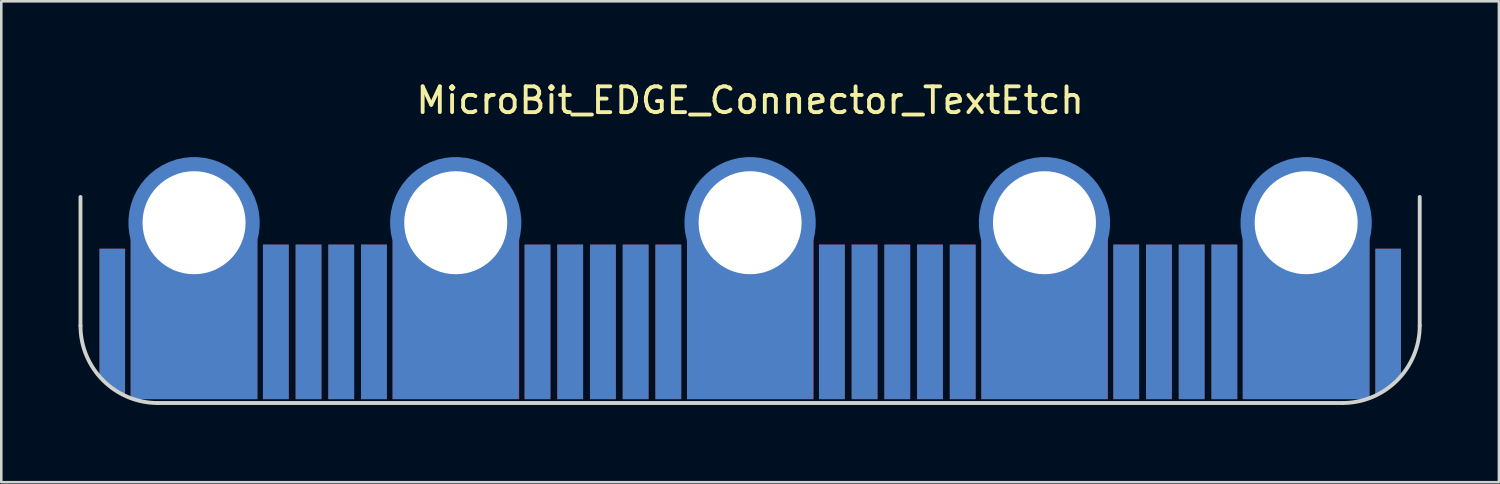
<source format=kicad_pcb>
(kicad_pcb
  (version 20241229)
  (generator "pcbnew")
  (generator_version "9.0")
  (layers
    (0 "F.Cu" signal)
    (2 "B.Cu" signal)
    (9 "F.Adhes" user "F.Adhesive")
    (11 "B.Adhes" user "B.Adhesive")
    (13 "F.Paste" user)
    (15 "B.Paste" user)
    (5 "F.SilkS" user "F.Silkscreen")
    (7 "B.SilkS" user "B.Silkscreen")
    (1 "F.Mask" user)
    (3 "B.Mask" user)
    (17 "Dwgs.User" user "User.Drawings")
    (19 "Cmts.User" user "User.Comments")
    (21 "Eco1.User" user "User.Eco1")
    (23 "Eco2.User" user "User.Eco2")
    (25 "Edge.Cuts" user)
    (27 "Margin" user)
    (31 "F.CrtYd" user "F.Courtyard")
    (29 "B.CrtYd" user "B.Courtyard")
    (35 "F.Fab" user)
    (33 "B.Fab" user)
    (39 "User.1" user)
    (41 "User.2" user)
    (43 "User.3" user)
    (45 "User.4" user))
  (footprint "MicroBit_EDGE_Connector_TextEtch"
    (layer "F.Cu")
    (at 26.075 9.598)
    (property "Reference" "MicroBit_EDGE_Connector_TextEtch" (at 0 -8.75 0) (layer "F.SilkS") (effects (font (size 1 1) (thickness 0.15))))
    (attr through_hole)
    (fp_line (start -26 -5) (end -26 0) (stroke (width 0.15) (type solid)) (layer "Edge.Cuts"))
    (fp_line (start -23 3) (end 23 3) (stroke (width 0.15) (type solid)) (layer "Edge.Cuts"))
    (fp_line (start 26 -5) (end 26 0) (stroke (width 0.15) (type solid)) (layer "Edge.Cuts"))
    (fp_arc (start -23 3) (mid -25.12132 2.12132) (end -26 0) (stroke (width 0.15) (type solid)) (layer "Edge.Cuts"))
    (fp_arc (start 26 0) (mid 25.12132 2.12132) (end 23 3) (stroke (width 0.15) (type solid)) (layer "Edge.Cuts"))
    (pad "" smd custom (at -21.59 0.508) (size 0.3 0.3) (layers "F.Cu" "F.Mask") (options (anchor rect)) (primitives (gr_poly (pts (xy 0.242 -0.024) (xy 0.241 -0.07) (xy 0.24 -0.114) (xy 0.238 -0.156) (xy 0.236 -0.195) (xy 0.233 -0.233) (xy 0.229 -0.268) (xy 0.224 -0.302) (xy 0.219 -0.333) (xy 0.213 -0.362) (xy 0.206 -0.389) (xy 0.197 -0.415) (xy 0.188 -0.439) (xy 0.178 -0.46) (xy 0.167 -0.48) (xy 0.155 -0.498) (xy 0.142 -0.515) (xy 0.128 -0.529) (xy 0.113 -0.542) (xy 0.096 -0.552) (xy 0.078 -0.561) (xy 0.059 -0.568) (xy 0.039 -0.573) (xy 0.017 -0.576) (xy -0.006 -0.577) (xy -0.039 -0.575) (xy -0.069 -0.569) (xy -0.097 -0.559) (xy -0.122 -0.544) (xy -0.145 -0.524) (xy -0.165 -0.501) (xy -0.182 -0.473) (xy -0.197 -0.441) (xy -0.209 -0.404) (xy -0.22 -0.363) (xy -0.229 -0.317) (xy -0.236 -0.266) (xy -0.242 -0.211) (xy -0.246 -0.151) (xy -0.249 -0.086) (xy -0.249 -0.017) (xy -0.249 0.031) (xy -0.248 0.076) (xy -0.246 0.119) (xy -0.244 0.16) (xy -0.24 0.199) (xy -0.237 0.235) (xy -0.232 0.269) (xy -0.227 0.302) (xy -0.22 0.332) (xy -0.213 0.36) (xy -0.205 0.386) (xy -0.196 0.411) (xy -0.186 0.433) (xy -0.175 0.454) (xy -0.163 0.473) (xy -0.15 0.49) (xy -0.136 0.504) (xy -0.121 0.517) (xy -0.104 0.528) (xy -0.087 0.537) (xy -0.068 0.544) (xy -0.048 0.549) (xy -0.027 0.552) (xy -0.004 0.553) (xy 0.019 0.552) (xy 0.041 0.549) (xy 0.061 0.544) (xy 0.08 0.537) (xy 0.098 0.528) (xy 0.115 0.517) (xy 0.13 0.503) (xy 0.144 0.488) (xy 0.157 0.47) (xy 0.169 0.451) (xy 0.18 0.43) (xy 0.19 0.407) (xy 0.199 0.383) (xy 0.207 0.356) (xy 0.214 0.328) (xy 0.22 0.298) (xy 0.225 0.267) (xy 0.229 0.232) (xy 0.233 0.196) (xy 0.236 0.156) (xy 0.239 0.115) (xy 0.24 0.071) (xy 0.241 0.025) (xy 0.242 -0.024) (xy 0.242 -0.024) (xy 0.242 -0.024)) (width 0) (fill yes))))
    (pad "" smd custom (at 23.226 0.52) (size 0.3 0.3) (layers "F.Cu" "F.Mask") (options (anchor rect)) (primitives (gr_poly (pts (xy -0.303 -0.538) (xy -0.303 -0.409) (xy -0.303 -0.281) (xy -0.303 -0.152) (xy -0.303 -0.024) (xy -0.303 0.105) (xy -0.303 0.234) (xy -0.303 0.362) (xy -0.303 0.491) (xy -0.273 0.491) (xy -0.244 0.491) (xy -0.215 0.491) (xy -0.186 0.491) (xy -0.157 0.491) (xy -0.128 0.491) (xy -0.099 0.491) (xy -0.07 0.491) (xy -0.051 0.491) (xy -0.034 0.49) (xy -0.017 0.49) (xy -0.002 0.49) (xy 0.013 0.489) (xy 0.026 0.488) (xy 0.039 0.488) (xy 0.05 0.487) (xy 0.061 0.486) (xy 0.072 0.484) (xy 0.083 0.482) (xy 0.094 0.48) (xy 0.105 0.477) (xy 0.117 0.474) (xy 0.128 0.47) (xy 0.14 0.466) (xy 0.151 0.462) (xy 0.162 0.457) (xy 0.173 0.452) (xy 0.183 0.446) (xy 0.193 0.44) (xy 0.203 0.434) (xy 0.212 0.427) (xy 0.22 0.42) (xy 0.257 0.384) (xy 0.288 0.343) (xy 0.314 0.295) (xy 0.336 0.242) (xy 0.353 0.183) (xy 0.365 0.118) (xy 0.372 0.048) (xy 0.374 -0.029) (xy 0.373 -0.083) (xy 0.37 -0.134) (xy 0.365 -0.181) (xy 0.357 -0.225) (xy 0.348 -0.265) (xy 0.336 -0.302) (xy 0.322 -0.335) (xy 0.306 -0.365) (xy 0.289 -0.391) (xy 0.271 -0.416) (xy 0.251 -0.437) (xy 0.231 -0.456) (xy 0.21 -0.472) (xy 0.187 -0.486) (xy 0.164 -0.498) (xy 0.14 -0.507) (xy 0.114 -0.514) (xy 0.088 -0.52) (xy 0.06 -0.525) (xy 0.03 -0.529) (xy -0.000362 -0.532) (xy -0.032 -0.534) (xy -0.065 -0.535) (xy -0.1 -0.535) (xy -0.125 -0.535) (xy -0.151 -0.535) (xy -0.176 -0.535) (xy -0.201 -0.535) (xy -0.227 -0.535) (xy -0.252 -0.535) (xy -0.277 -0.535) (xy -0.303 -0.538)) (width 0) (fill yes))))
    (pad "0" thru_hole circle (at -21.59 -4) (size 5 5) (drill 4) (layers "*.Cu" "*.Mask"))
    (pad "0" smd custom (at -21.59 -0.889) (size 1 1) (layers "F.Cu" "F.Mask") (options (anchor rect)) (primitives (gr_poly (pts (xy 2.448 -2.966) (xy 2.401 -2.718) (xy 2.335 -2.48) (xy 2.251 -2.251) (xy 0.52 1.552) (xy 0.513 1.622) (xy 0.504 1.686) (xy 0.492 1.745) (xy 0.475 1.802) (xy 0.454 1.856) (xy 0.428 1.907) (xy 0.39 1.964) (xy 0.347 2.015) (xy 0.299 2.058) (xy 0.246 2.095) (xy 0.189 2.124) (xy 0.128 2.145) (xy 0.065 2.157) (xy -0.002 2.161) (xy -0.079 2.156) (xy -0.151 2.139) (xy -0.22 2.111) (xy -0.284 2.072) (xy -0.342 2.023) (xy -0.393 1.966) (xy -0.436 1.9) (xy -0.471 1.826) (xy -0.486 1.782) (xy -0.499 1.736) (xy -0.51 1.687) (xy -0.519 1.637) (xy -0.525 1.583) (xy -0.53 1.528) (xy -0.532 1.471) (xy -0.533 1.411) (xy -0.532 1.335) (xy -0.529 1.263) (xy -0.524 1.195) (xy -0.517 1.13) (xy -0.507 1.07) (xy -0.496 1.014) (xy -0.482 0.962) (xy -0.465 0.915) (xy -0.431 0.845) (xy -0.39 0.784) (xy -0.343 0.732) (xy -0.288 0.689) (xy -0.227 0.655) (xy -0.16 0.63) (xy -0.088 0.615) (xy -0.01 0.61) (xy -0.01 0.61) (xy 0.042 0.613) (xy 0.091 0.619) (xy 0.138 0.63) (xy 0.183 0.645) (xy 0.225 0.665) (xy 0.264 0.688) (xy 0.301 0.715) (xy 0.335 0.747) (xy 0.367 0.782) (xy 0.396 0.821) (xy 0.422 0.864) (xy 0.446 0.911) (xy 0.465 0.956) (xy 0.481 1.005) (xy 0.494 1.059) (xy 0.505 1.117) (xy 0.514 1.18) (xy 0.52 1.247) (xy 0.524 1.318) (xy 0.525 1.394) (xy 0.525 1.394) (xy 0.525 1.394) (xy 0.525 1.394) (xy 0.525 1.394) (xy 0.524 1.476) (xy 0.52 1.552) (xy 2.251 -2.251) (xy 2.151 -2.034) (xy 2.034 -1.83) (xy 1.904 -1.638) (xy 1.759 -1.459) (xy 1.601 -1.297) (xy 1.432 -1.149) (xy 1.251 -1.018) (xy 1.061 -0.905) (xy 0.861 -0.81) (xy 0.654 -0.734) (xy 0.439 -0.679) (xy 0.219 -0.645) (xy -0.007 -0.634) (xy -0.232 -0.645) (xy -0.452 -0.678) (xy -0.665 -0.733) (xy -0.872 -0.807) (xy -1.071 -0.9) (xy -1.26 -1.012) (xy -1.44 -1.141) (xy -1.61 -1.287) (xy -1.767 -1.449) (xy -1.913 -1.625) (xy -2.044 -1.815) (xy -2.161 -2.018) (xy -2.261 -2.233) (xy -2.346 -2.46) (xy -2.414 -2.696) (xy -2.462 -2.942) (xy -2.462 3.739) (xy 2.454 3.739) (xy 2.454 -2.966) (xy 2.448 -2.966)) (width 0) (fill yes))))
    (pad "0" smd custom (at -21.59 -0.65 180) (size 2 2) (layers "B.Cu" "B.Mask") (options (anchor rect)) (primitives (gr_poly (pts (xy -2.46 3.05) (xy -1.69 1.65) (xy 0.01 0.85) (xy 1.71 1.65) (xy 2.46 3.05) (xy 2.46 -3.39) (xy 2.41 -3.41) (xy 2.27 -3.46) (xy 2.19 -3.48) (xy 2.11 -3.5) (xy 2.06 -3.5) (xy -2.46 -3.5)) (width 0) (fill yes)) (gr_circle (center 0 3.35) (end 2.3 3.35) (width 0.5) (fill no))))
    (pad "1" thru_hole circle (at -11.43 -4) (size 5 5) (drill 4) (layers "*.Cu" "*.Mask"))
    (pad "1" smd custom (at -11.43 -0.65 180) (size 2 2) (layers "B.Cu" "B.Mask") (options (anchor rect)) (primitives (gr_poly (pts (xy -2.45 -3.5) (xy 2.45 -3.5) (xy 2.45 3.5) (xy 2.23 2.525) (xy 1.63 1.55) (xy 0.03 1.25) (xy -1.57 1.55) (xy -2.17 2.525) (xy -2.45 3.5)) (width 0) (fill yes)) (gr_circle (center 0 3.35) (end 2.3 3.35) (width 0.5) (fill no))))
    (pad "1" smd custom (at -11.335 -0.81) (size 1 1) (layers "F.Cu" "F.Mask") (options (anchor rect)) (primitives (gr_poly (pts (xy 2.364 -3.046) (xy 2.317 -2.797) (xy 2.251 -2.559) (xy 2.167 -2.331) (xy 0.285 1.874) (xy 0.283 1.923) (xy 0.276 1.965) (xy 0.265 2.001) (xy 0.249 2.03) (xy 0.23 2.053) (xy 0.205 2.069) (xy 0.176 2.079) (xy 0.143 2.082) (xy 0.128 2.081) (xy 0.113 2.079) (xy 0.099 2.076) (xy 0.086 2.071) (xy 0.074 2.065) (xy 0.063 2.058) (xy 0.052 2.049) (xy 0.042 2.039) (xy 0.033 2.028) (xy 0.025 2.016) (xy 0.019 2.002) (xy 0.013 1.987) (xy 0.009 1.971) (xy 0.006 1.953) (xy 0.004 1.934) (xy 0.004 1.914) (xy 0.004 1.797) (xy 0.004 1.679) (xy 0.004 1.562) (xy 0.004 1.444) (xy 0.004 1.327) (xy 0.004 1.209) (xy 0.004 1.091) (xy 0.004 0.974) (xy -0.059 1.021) (xy -0.117 1.062) (xy -0.169 1.097) (xy -0.216 1.125) (xy -0.257 1.147) (xy -0.294 1.163) (xy -0.324 1.172) (xy -0.35 1.175) (xy -0.36 1.175) (xy -0.371 1.173) (xy -0.381 1.171) (xy -0.391 1.167) (xy -0.4 1.162) (xy -0.41 1.156) (xy -0.419 1.149) (xy -0.427 1.141) (xy -0.435 1.132) (xy -0.442 1.123) (xy -0.447 1.114) (xy -0.452 1.104) (xy -0.456 1.093) (xy -0.458 1.083) (xy -0.46 1.072) (xy -0.46 1.061) (xy -0.46 1.048) (xy -0.458 1.036) (xy -0.456 1.025) (xy -0.452 1.015) (xy -0.447 1.006) (xy -0.442 0.997) (xy -0.435 0.99) (xy -0.427 0.983) (xy -0.418 0.977) (xy -0.408 0.97) (xy -0.395 0.963) (xy -0.382 0.955) (xy -0.366 0.947) (xy -0.349 0.938) (xy -0.331 0.929) (xy -0.31 0.919) (xy -0.28 0.904) (xy -0.251 0.889) (xy -0.224 0.874) (xy -0.198 0.859) (xy -0.174 0.843) (xy -0.151 0.827) (xy -0.13 0.811) (xy -0.111 0.795) (xy -0.092 0.779) (xy -0.074 0.762) (xy -0.057 0.744) (xy -0.04 0.726) (xy -0.024 0.708) (xy -0.008 0.689) (xy 0.008 0.669) (xy 0.022 0.649) (xy 0.036 0.63) (xy 0.049 0.613) (xy 0.06 0.598) (xy 0.07 0.584) (xy 0.079 0.573) (xy 0.086 0.563) (xy 0.093 0.556) (xy 0.098 0.55) (xy 0.103 0.546) (xy 0.108 0.542) (xy 0.115 0.539) (xy 0.123 0.536) (xy 0.132 0.534) (xy 0.142 0.533) (xy 0.152 0.532) (xy 0.164 0.532) (xy 0.164 0.532) (xy 0.177 0.532) (xy 0.19 0.534) (xy 0.202 0.537) (xy 0.213 0.542) (xy 0.224 0.548) (xy 0.234 0.555) (xy 0.243 0.564) (xy 0.252 0.574) (xy 0.26 0.585) (xy 0.266 0.597) (xy 0.272 0.61) (xy 0.277 0.624) (xy 0.28 0.639) (xy 0.283 0.656) (xy 0.284 0.673) (xy 0.285 0.691) (xy 0.285 0.839) (xy 0.285 0.987) (xy 0.285 1.134) (xy 0.285 1.282) (xy 0.285 1.43) (xy 0.285 1.578) (xy 0.285 1.726) (xy 0.285 1.874) (xy 2.167 -2.331) (xy 2.067 -2.114) (xy 1.951 -1.909) (xy 1.82 -1.717) (xy 1.675 -1.539) (xy 1.518 -1.376) (xy 1.348 -1.228) (xy 1.167 -1.097) (xy 0.977 -0.984) (xy 0.778 -0.889) (xy 0.57 -0.814) (xy 0.356 -0.759) (xy 0.135 -0.725) (xy -0.091 -0.713) (xy -0.316 -0.725) (xy -0.535 -0.758) (xy -0.749 -0.812) (xy -0.955 -0.886) (xy -1.154 -0.979) (xy -1.344 -1.092) (xy -1.524 -1.221) (xy -1.693 -1.367) (xy -1.851 -1.528) (xy -1.996 -1.704) (xy -2.127 -1.895) (xy -2.244 -2.097) (xy -2.345 -2.313) (xy -2.43 -2.539) (xy -2.497 -2.775) (xy -2.546 -3.021) (xy -2.546 3.66) (xy 2.37 3.66) (xy 2.37 -3.046) (xy 2.364 -3.046)) (width 0) (fill yes))))
    (pad "2" thru_hole circle (at 0 -4) (size 5 5) (drill 4) (layers "*.Cu" "*.Mask"))
    (pad "2" smd custom (at 0 -0.65 180) (size 2 2) (layers "B.Cu" "B.Mask") (options (anchor rect)) (primitives (gr_poly (pts (xy -2.45 -3.5) (xy 2.45 -3.5) (xy 2.45 3.5) (xy 2.23 2.525) (xy 1.63 1.55) (xy 0.03 1.25) (xy -1.57 1.55) (xy -2.17 2.525) (xy -2.45 3.5)) (width 0) (fill yes)) (gr_circle (center 0 3.35) (end 2.3 3.35) (width 0.5) (fill no))))
    (pad "2" smd custom (at 0.005 -0.885) (size 1 1) (layers "F.Cu" "F.Mask") (options (anchor rect)) (primitives (gr_poly (pts (xy 2.454 -2.971) (xy 2.407 -2.722) (xy 2.341 -2.484) (xy 2.257 -2.256) (xy 0.367 1.9) (xy 0.387 1.9) (xy 0.405 1.902) (xy 0.422 1.905) (xy 0.438 1.908) (xy 0.453 1.913) (xy 0.466 1.919) (xy 0.479 1.925) (xy 0.49 1.933) (xy 0.5 1.942) (xy 0.509 1.951) (xy 0.516 1.961) (xy 0.522 1.972) (xy 0.526 1.984) (xy 0.53 1.996) (xy 0.532 2.009) (xy 0.532 2.023) (xy 0.532 2.035) (xy 0.53 2.047) (xy 0.528 2.059) (xy 0.524 2.07) (xy 0.519 2.08) (xy 0.513 2.09) (xy 0.506 2.1) (xy 0.498 2.109) (xy 0.489 2.117) (xy 0.48 2.124) (xy 0.469 2.13) (xy 0.456 2.135) (xy 0.443 2.139) (xy 0.429 2.142) (xy 0.414 2.143) (xy 0.397 2.144) (xy 0.302 2.144) (xy 0.207 2.144) (xy 0.112 2.144) (xy 0.017 2.144) (xy -0.078 2.144) (xy -0.173 2.144) (xy -0.269 2.144) (xy -0.364 2.144) (xy -0.383 2.143) (xy -0.4 2.141) (xy -0.417 2.138) (xy -0.433 2.133) (xy -0.447 2.127) (xy -0.461 2.12) (xy -0.473 2.111) (xy -0.485 2.102) (xy -0.495 2.09) (xy -0.504 2.079) (xy -0.511 2.067) (xy -0.517 2.055) (xy -0.522 2.042) (xy -0.525 2.028) (xy -0.527 2.014) (xy -0.528 2) (xy -0.528 1.991) (xy -0.526 1.98) (xy -0.524 1.969) (xy -0.521 1.957) (xy -0.517 1.944) (xy -0.512 1.931) (xy -0.507 1.917) (xy -0.5 1.902) (xy -0.493 1.887) (xy -0.486 1.873) (xy -0.478 1.859) (xy -0.471 1.847) (xy -0.463 1.835) (xy -0.455 1.824) (xy -0.447 1.814) (xy -0.439 1.805) (xy -0.405 1.77) (xy -0.372 1.736) (xy -0.34 1.704) (xy -0.308 1.673) (xy -0.278 1.643) (xy -0.248 1.614) (xy -0.219 1.587) (xy -0.191 1.561) (xy -0.164 1.537) (xy -0.14 1.514) (xy -0.117 1.494) (xy -0.096 1.476) (xy -0.078 1.461) (xy -0.061 1.447) (xy -0.046 1.436) (xy -0.033 1.427) (xy -0.012 1.412) (xy 0.008 1.397) (xy 0.027 1.382) (xy 0.045 1.367) (xy 0.062 1.352) (xy 0.078 1.337) (xy 0.093 1.322) (xy 0.108 1.307) (xy 0.121 1.291) (xy 0.134 1.276) (xy 0.146 1.261) (xy 0.157 1.245) (xy 0.168 1.23) (xy 0.177 1.214) (xy 0.186 1.198) (xy 0.193 1.183) (xy 0.2 1.167) (xy 0.206 1.151) (xy 0.212 1.135) (xy 0.216 1.119) (xy 0.219 1.104) (xy 0.221 1.088) (xy 0.223 1.073) (xy 0.223 1.058) (xy 0.223 1.041) (xy 0.221 1.026) (xy 0.219 1.01) (xy 0.215 0.995) (xy 0.211 0.981) (xy 0.205 0.967) (xy 0.199 0.953) (xy 0.191 0.94) (xy 0.183 0.927) (xy 0.174 0.915) (xy 0.165 0.904) (xy 0.154 0.893) (xy 0.143 0.883) (xy 0.131 0.874) (xy 0.119 0.866) (xy 0.106 0.858) (xy 0.092 0.851) (xy 0.078 0.846) (xy 0.064 0.841) (xy 0.049 0.836) (xy 0.034 0.833) (xy 0.019 0.831) (xy 0.004 0.83) (xy -0.012 0.829) (xy -0.045 0.831) (xy -0.076 0.837) (xy -0.106 0.846) (xy -0.133 0.859) (xy -0.159 0.876) (xy -0.183 0.896) (xy -0.205 0.92) (xy -0.225 0.948) (xy -0.228 0.953) (xy -0.231 0.959) (xy -0.235 0.967) (xy -0.239 0.977) (xy -0.244 0.988) (xy -0.249 1.002) (xy -0.254 1.016) (xy -0.26 1.033) (xy -0.266 1.05) (xy -0.273 1.065) (xy -0.279 1.08) (xy -0.286 1.094) (xy -0.293 1.107) (xy -0.3 1.119) (xy -0.307 1.13) (xy -0.315 1.139) (xy -0.323 1.148) (xy -0.332 1.156) (xy -0.342 1.162) (xy -0.352 1.167) (xy -0.364 1.171) (xy -0.376 1.174) (xy -0.39 1.176) (xy -0.404 1.177) (xy -0.417 1.176) (xy -0.429 1.174) (xy -0.44 1.172) (xy -0.451 1.168) (xy -0.462 1.163) (xy -0.472 1.157) (xy -0.481 1.15) (xy -0.49 1.142) (xy -0.498 1.134) (xy -0.505 1.124) (xy -0.511 1.113) (xy -0.515 1.102) (xy -0.519 1.09) (xy -0.522 1.077) (xy -0.523 1.064) (xy -0.524 1.049) (xy -0.523 1.031) (xy -0.522 1.013) (xy -0.519 0.995) (xy -0.516 0.977) (xy -0.511 0.958) (xy -0.506 0.939) (xy -0.499 0.92) (xy -0.492 0.901) (xy -0.483 0.881) (xy -0.474 0.863) (xy -0.463 0.844) (xy -0.452 0.827) (xy -0.44 0.809) (xy -0.426 0.792) (xy -0.412 0.776) (xy -0.397 0.76) (xy -0.38 0.745) (xy -0.363 0.73) (xy -0.344 0.716) (xy -0.324 0.703) (xy -0.304 0.691) (xy -0.282 0.679) (xy -0.259 0.669) (xy -0.236 0.659) (xy -0.21 0.65) (xy -0.184 0.642) (xy -0.157 0.635) (xy -0.129 0.629) (xy -0.1 0.625) (xy -0.07 0.622) (xy -0.038 0.62) (xy -0.006 0.619) (xy -0.006 0.619) (xy 0.033 0.62) (xy 0.07 0.623) (xy 0.106 0.626) (xy 0.14 0.632) (xy 0.173 0.639) (xy 0.205 0.647) (xy 0.235 0.657) (xy 0.264 0.669) (xy 0.282 0.678) (xy 0.299 0.687) (xy 0.315 0.697) (xy 0.332 0.708) (xy 0.347 0.72) (xy 0.362 0.733) (xy 0.377 0.746) (xy 0.391 0.76) (xy 0.404 0.775) (xy 0.417 0.79) (xy 0.428 0.806) (xy 0.439 0.823) (xy 0.45 0.84) (xy 0.459 0.857) (xy 0.468 0.876) (xy 0.476 0.894) (xy 0.483 0.913) (xy 0.489 0.932) (xy 0.494 0.952) (xy 0.499 0.971) (xy 0.502 0.991) (xy 0.505 1.011) (xy 0.506 1.031) (xy 0.507 1.051) (xy 0.506 1.083) (xy 0.503 1.114) (xy 0.498 1.144) (xy 0.491 1.174) (xy 0.482 1.203) (xy 0.471 1.231) (xy 0.458 1.258) (xy 0.442 1.285) (xy 0.427 1.31) (xy 0.411 1.334) (xy 0.395 1.357) (xy 0.379 1.378) (xy 0.362 1.398) (xy 0.346 1.417) (xy 0.33 1.434) (xy 0.313 1.449) (xy 0.295 1.465) (xy 0.275 1.483) (xy 0.251 1.503) (xy 0.225 1.525) (xy 0.195 1.55) (xy 0.164 1.576) (xy 0.129 1.605) (xy 0.091 1.635) (xy 0.054 1.666) (xy 0.02 1.695) (xy -0.012 1.723) (xy -0.04 1.748) (xy -0.065 1.772) (xy -0.087 1.794) (xy -0.106 1.814) (xy -0.122 1.833) (xy -0.128 1.84) (xy -0.134 1.847) (xy -0.141 1.855) (xy -0.147 1.864) (xy -0.153 1.872) (xy -0.16 1.881) (xy -0.166 1.89) (xy -0.172 1.9) (xy -0.105 1.9) (xy -0.038 1.9) (xy 0.03 1.9) (xy 0.097 1.9) (xy 0.165 1.9) (xy 0.232 1.9) (xy 0.3 1.9) (xy 0.367 1.9) (xy 2.257 -2.256) (xy 2.157 -2.039) (xy 2.041 -1.834) (xy 1.91 -1.642) (xy 1.765 -1.464) (xy 1.608 -1.301) (xy 1.438 -1.153) (xy 1.257 -1.022) (xy 1.067 -0.909) (xy 0.868 -0.814) (xy 0.66 -0.739) (xy 0.446 -0.684) (xy 0.225 -0.65) (xy -0.001 -0.638) (xy -0.226 -0.65) (xy -0.445 -0.683) (xy -0.659 -0.737) (xy -0.865 -0.811) (xy -1.064 -0.905) (xy -1.254 -1.017) (xy -1.434 -1.146) (xy -1.603 -1.292) (xy -1.761 -1.453) (xy -1.906 -1.63) (xy -2.037 -1.82) (xy -2.154 -2.022) (xy -2.255 -2.238) (xy -2.34 -2.464) (xy -2.407 -2.7) (xy -2.456 -2.946) (xy -2.456 3.734) (xy 2.46 3.734) (xy 2.46 -2.971) (xy 2.454 -2.971)) (width 0) (fill yes))))
    (pad "3" smd custom (at -24.74 -0.41) (size 0.5 0.5) (layers "F.Cu" "F.Mask") (options (anchor rect)) (primitives (gr_poly (pts (xy -0.52 2.29) (xy -0.34 2.49) (xy -0.13 2.68) (xy 0.11 2.86) (xy 0.36 3.01) (xy 0.47 3.06) (xy 0.47 -2.58) (xy -0.52 -2.58)) (width 0) (fill yes))))
    (pad "3" smd custom (at -24.74 -0.41 180) (size 0.5 0.5) (layers "B.Cu" "B.Mask") (options (anchor rect)) (primitives (gr_poly (pts (xy 0.52 -2.29) (xy 0.34 -2.49) (xy 0.13 -2.68) (xy -0.11 -2.86) (xy -0.36 -3.01) (xy -0.47 -3.06) (xy -0.47 2.58) (xy 0.52 2.58)) (width 0) (fill yes))))
    (pad "3v3" smd rect (at 8.255 -0.15) (size 1 6) (layers "F.Cu" "F.Mask"))
    (pad "3v3" smd rect (at 8.255 -0.15) (size 1 6) (layers "B.Cu" "B.Mask"))
    (pad "3v3" smd custom (at 11.395 -0.89) (size 1 1) (layers "F.Cu" "F.Mask") (options (anchor rect)) (primitives (gr_poly (pts (xy 2.494 -2.966) (xy 2.447 -2.717) (xy 2.381 -2.479) (xy 1.25 0.628) (xy 1.258 0.634) (xy 1.266 0.64) (xy 1.272 0.646) (xy 1.279 0.653) (xy 1.285 0.66) (xy 1.29 0.668) (xy 1.295 0.676) (xy 1.299 0.684) (xy 1.303 0.692) (xy 1.307 0.7) (xy 1.31 0.708) (xy 1.312 0.716) (xy 1.313 0.724) (xy 1.314 0.732) (xy 1.314 0.741) (xy 1.314 0.746) (xy 1.314 0.752) (xy 1.314 0.758) (xy 1.313 0.764) (xy 1.312 0.771) (xy 1.311 0.777) (xy 1.31 0.784) (xy 1.308 0.79) (xy 1.307 0.797) (xy 1.305 0.803) (xy 1.303 0.81) (xy 1.301 0.816) (xy 1.299 0.823) (xy 1.297 0.829) (xy 1.295 0.836) (xy 1.293 0.842) (xy 1.29 0.848) (xy 1.288 0.855) (xy 1.286 0.861) (xy 1.283 0.867) (xy 1.281 0.874) (xy 1.279 0.88) (xy 1.276 0.887) (xy 1.274 0.894) (xy 1.228 1.017) (xy 1.182 1.141) (xy 1.137 1.265) (xy 1.091 1.389) (xy 1.045 1.513) (xy 0.999 1.636) (xy 0.953 1.76) (xy 0.907 1.884) (xy 0.902 1.898) (xy 0.897 1.912) (xy 0.893 1.926) (xy 0.888 1.939) (xy 0.883 1.953) (xy 0.878 1.966) (xy 0.873 1.979) (xy 0.868 1.992) (xy 0.863 2.005) (xy 0.858 2.017) (xy 0.852 2.029) (xy 0.847 2.04) (xy 0.841 2.051) (xy 0.835 2.062) (xy 0.829 2.072) (xy 0.823 2.082) (xy 0.816 2.092) (xy 0.809 2.101) (xy 0.801 2.109) (xy 0.792 2.117) (xy 0.783 2.125) (xy 0.774 2.132) (xy 0.764 2.139) (xy 0.753 2.145) (xy 0.742 2.151) (xy 0.731 2.156) (xy 0.719 2.16) (xy 0.706 2.164) (xy 0.693 2.167) (xy 0.679 2.169) (xy 0.664 2.17) (xy 0.649 2.17) (xy 0.634 2.17) (xy 0.619 2.169) (xy 0.605 2.167) (xy 0.592 2.164) (xy 0.579 2.16) (xy 0.566 2.156) (xy 0.555 2.151) (xy 0.543 2.145) (xy 0.533 2.139) (xy 0.523 2.132) (xy 0.514 2.125) (xy 0.505 2.118) (xy 0.497 2.109) (xy 0.489 2.101) (xy 0.481 2.092) (xy 0.474 2.082) (xy 0.468 2.072) (xy 0.462 2.061) (xy 0.456 2.051) (xy 0.45 2.039) (xy 0.444 2.028) (xy 0.439 2.016) (xy 0.434 2.004) (xy 0.429 1.991) (xy 0.424 1.979) (xy 0.419 1.966) (xy 0.414 1.952) (xy 0.409 1.939) (xy 0.404 1.926) (xy 0.399 1.912) (xy 0.394 1.898) (xy 0.389 1.884) (xy 0.344 1.761) (xy 0.299 1.638) (xy 0.254 1.516) (xy 0.209 1.393) (xy 0.164 1.27) (xy 0.119 1.147) (xy 0.074 1.025) (xy 0.029 0.902) (xy 0.026 0.895) (xy 0.024 0.889) (xy 0.022 0.882) (xy 0.019 0.875) (xy 0.017 0.869) (xy 0.014 0.862) (xy 0.012 0.856) (xy 0.009 0.849) (xy 0.007 0.843) (xy 0.005 0.836) (xy 0.002 0.829) (xy 0.00036 0.822) (xy -0.002 0.815) (xy -0.004 0.808) (xy -0.006 0.801) (xy -0.007 0.793) (xy -0.009 0.786) (xy -0.01 0.779) (xy -0.011 0.772) (xy -0.012 0.766) (xy -0.013 0.76) (xy -0.013 0.754) (xy -0.014 0.748) (xy -0.014 0.743) (xy -0.013 0.73) (xy -0.011 0.717) (xy -0.008 0.705) (xy -0.003 0.692) (xy 0.003 0.681) (xy 0.01 0.669) (xy 0.019 0.658) (xy 0.029 0.647) (xy 0.04 0.636) (xy 0.051 0.628) (xy 0.064 0.62) (xy 0.077 0.614) (xy 0.09 0.609) (xy 0.105 0.606) (xy 0.12 0.604) (xy 0.135 0.603) (xy 0.135 0.603) (xy 0.154 0.604) (xy 0.172 0.606) (xy 0.188 0.61) (xy 0.202 0.615) (xy 0.215 0.622) (xy 0.227 0.631) (xy 0.237 0.64) (xy 0.246 0.652) (xy 0.254 0.665) (xy 0.262 0.679) (xy 0.271 0.696) (xy 0.279 0.714) (xy 0.288 0.734) (xy 0.296 0.756) (xy 0.304 0.779) (xy 0.313 0.805) (xy 0.356 0.932) (xy 0.399 1.059) (xy 0.442 1.186) (xy 0.485 1.313) (xy 0.527 1.44) (xy 0.57 1.567) (xy 0.613 1.694) (xy 0.656 1.821) (xy 0.699 1.693) (xy 0.742 1.565) (xy 0.785 1.437) (xy 0.828 1.309) (xy 0.871 1.181) (xy 0.914 1.053) (xy 0.957 0.925) (xy 1 0.798) (xy 1.007 0.778) (xy 1.013 0.76) (xy 1.019 0.744) (xy 1.024 0.729) (xy 1.029 0.716) (xy 1.033 0.705) (xy 1.037 0.694) (xy 1.041 0.686) (xy 1.044 0.678) (xy 1.048 0.67) (xy 1.053 0.663) (xy 1.058 0.656) (xy 1.064 0.649) (xy 1.071 0.642) (xy 1.078 0.635) (xy 1.085 0.629) (xy 1.093 0.623) (xy 1.102 0.618) (xy 1.111 0.613) (xy 1.122 0.61) (xy 1.133 0.607) (xy 1.144 0.605) (xy 1.157 0.604) (xy 1.17 0.603) (xy 1.179 0.604) (xy 1.189 0.605) (xy 1.198 0.606) (xy 1.207 0.608) (xy 1.216 0.611) (xy 1.225 0.614) (xy 1.234 0.618) (xy 1.242 0.623) (xy 1.25 0.628) (xy 2.381 -2.479) (xy 2.297 -2.251) (xy 2.197 -2.034) (xy 2.081 -1.829) (xy 1.95 -1.637) (xy 1.805 -1.459) (xy -0.327 0.769) (xy -0.315 0.784) (xy -0.304 0.799) (xy -0.294 0.815) (xy -0.284 0.831) (xy -0.276 0.848) (xy -0.269 0.865) (xy -0.263 0.882) (xy -0.257 0.9) (xy -0.253 0.918) (xy -0.249 0.937) (xy -0.247 0.956) (xy -0.246 0.975) (xy -0.245 0.994) (xy -0.246 1.02) (xy -0.248 1.044) (xy -0.252 1.068) (xy -0.257 1.091) (xy -0.263 1.112) (xy -0.271 1.133) (xy -0.28 1.153) (xy -0.291 1.172) (xy -0.302 1.19) (xy -0.315 1.209) (xy -0.329 1.227) (xy -0.345 1.245) (xy -0.361 1.263) (xy -0.379 1.28) (xy -0.398 1.298) (xy -0.419 1.316) (xy -0.399 1.327) (xy -0.38 1.338) (xy -0.362 1.35) (xy -0.345 1.362) (xy -0.328 1.375) (xy -0.312 1.388) (xy -0.297 1.401) (xy -0.283 1.415) (xy -0.27 1.429) (xy -0.257 1.444) (xy -0.245 1.459) (xy -0.235 1.474) (xy -0.225 1.49) (xy -0.215 1.506) (xy -0.207 1.522) (xy -0.2 1.539) (xy -0.193 1.556) (xy -0.187 1.573) (xy -0.183 1.591) (xy -0.179 1.609) (xy -0.176 1.627) (xy -0.174 1.646) (xy -0.172 1.665) (xy -0.172 1.685) (xy -0.172 1.708) (xy -0.174 1.731) (xy -0.177 1.754) (xy -0.181 1.777) (xy -0.187 1.8) (xy -0.193 1.822) (xy -0.201 1.845) (xy -0.21 1.867) (xy -0.22 1.888) (xy -0.231 1.909) (xy -0.243 1.93) (xy -0.256 1.95) (xy -0.271 1.969) (xy -0.286 1.988) (xy -0.303 2.006) (xy -0.321 2.024) (xy -0.339 2.04) (xy -0.359 2.056) (xy -0.38 2.071) (xy -0.401 2.085) (xy -0.423 2.098) (xy -0.446 2.11) (xy -0.47 2.121) (xy -0.495 2.131) (xy -0.521 2.14) (xy -0.547 2.148) (xy -0.574 2.155) (xy -0.601 2.16) (xy -0.629 2.164) (xy -0.658 2.167) (xy -0.687 2.169) (xy -0.718 2.17) (xy -0.748 2.169) (xy -0.778 2.167) (xy -0.807 2.163) (xy -0.835 2.158) (xy -0.862 2.152) (xy -0.889 2.145) (xy -0.915 2.135) (xy -0.94 2.125) (xy -0.964 2.114) (xy -0.987 2.102) (xy -1.009 2.089) (xy -1.029 2.075) (xy -1.049 2.061) (xy -1.068 2.046) (xy -1.085 2.031) (xy -1.102 2.014) (xy -1.117 1.998) (xy -1.132 1.981) (xy -1.145 1.964) (xy -1.158 1.946) (xy -1.169 1.929) (xy -1.18 1.911) (xy -1.189 1.894) (xy -1.198 1.876) (xy -1.206 1.859) (xy -1.212 1.842) (xy -1.218 1.826) (xy -1.222 1.811) (xy -1.226 1.797) (xy -1.228 1.783) (xy -1.23 1.77) (xy -1.23 1.758) (xy -1.23 1.744) (xy -1.228 1.73) (xy -1.225 1.717) (xy -1.221 1.704) (xy -1.215 1.693) (xy -1.209 1.682) (xy -1.201 1.671) (xy -1.192 1.662) (xy -1.182 1.653) (xy -1.171 1.646) (xy -1.16 1.639) (xy -1.148 1.634) (xy -1.136 1.63) (xy -1.123 1.627) (xy -1.109 1.625) (xy -1.095 1.625) (xy -1.088 1.625) (xy -1.08 1.626) (xy -1.073 1.627) (xy -1.066 1.629) (xy -1.059 1.632) (xy -1.052 1.635) (xy -1.046 1.638) (xy -1.039 1.642) (xy -1.032 1.647) (xy -1.027 1.651) (xy -1.021 1.656) (xy -1.017 1.661) (xy -1.013 1.666) (xy -1.009 1.671) (xy -1.006 1.677) (xy -1.004 1.683) (xy -0.99 1.718) (xy -0.976 1.75) (xy -0.962 1.78) (xy -0.948 1.808) (xy -0.934 1.834) (xy -0.919 1.857) (xy -0.904 1.878) (xy -0.889 1.897) (xy -0.873 1.913) (xy -0.855 1.927) (xy -0.836 1.939) (xy -0.815 1.949) (xy -0.792 1.956) (xy -0.768 1.962) (xy -0.743 1.965) (xy -0.715 1.966) (xy -0.699 1.965) (xy -0.684 1.964) (xy -0.668 1.962) (xy -0.653 1.958) (xy -0.637 1.954) (xy -0.622 1.948) (xy -0.607 1.942) (xy -0.592 1.935) (xy -0.578 1.926) (xy -0.564 1.917) (xy -0.551 1.907) (xy -0.538 1.895) (xy -0.526 1.883) (xy -0.515 1.87) (xy -0.504 1.856) (xy -0.494 1.841) (xy -0.485 1.825) (xy -0.477 1.809) (xy -0.47 1.792) (xy -0.465 1.774) (xy -0.461 1.756) (xy -0.457 1.737) (xy -0.456 1.717) (xy -0.455 1.697) (xy -0.456 1.668) (xy -0.459 1.64) (xy -0.464 1.614) (xy -0.472 1.589) (xy -0.481 1.567) (xy -0.492 1.545) (xy -0.506 1.526) (xy -0.521 1.508) (xy -0.538 1.492) (xy -0.557 1.478) (xy -0.578 1.466) (xy -0.6 1.456) (xy -0.624 1.449) (xy -0.649 1.443) (xy -0.676 1.44) (xy -0.705 1.439) (xy -0.711 1.439) (xy -0.717 1.439) (xy -0.724 1.439) (xy -0.731 1.44) (xy -0.74 1.44) (xy -0.749 1.441) (xy -0.759 1.442) (xy -0.769 1.443) (xy -0.78 1.444) (xy -0.789 1.445) (xy -0.797 1.445) (xy -0.805 1.446) (xy -0.811 1.446) (xy -0.817 1.447) (xy -0.821 1.447) (xy -0.825 1.447) (xy -0.839 1.447) (xy -0.852 1.445) (xy -0.864 1.443) (xy -0.875 1.44) (xy -0.886 1.436) (xy -0.896 1.431) (xy -0.905 1.426) (xy -0.913 1.419) (xy -0.92 1.412) (xy -0.926 1.403) (xy -0.932 1.394) (xy -0.936 1.385) (xy -0.939 1.375) (xy -0.942 1.364) (xy -0.943 1.352) (xy -0.944 1.34) (xy -0.943 1.328) (xy -0.942 1.316) (xy -0.939 1.305) (xy -0.935 1.295) (xy -0.929 1.285) (xy -0.923 1.276) (xy -0.915 1.268) (xy -0.907 1.26) (xy -0.897 1.253) (xy -0.886 1.246) (xy -0.874 1.241) (xy -0.86 1.237) (xy -0.846 1.233) (xy -0.83 1.231) (xy -0.814 1.23) (xy -0.796 1.229) (xy -0.791 1.229) (xy -0.785 1.229) (xy -0.78 1.229) (xy -0.775 1.229) (xy -0.77 1.229) (xy -0.764 1.229) (xy -0.759 1.229) (xy -0.754 1.23) (xy -0.73 1.229) (xy -0.708 1.226) (xy -0.686 1.222) (xy -0.665 1.216) (xy -0.645 1.208) (xy -0.626 1.198) (xy -0.608 1.187) (xy -0.59 1.174) (xy -0.574 1.159) (xy -0.56 1.143) (xy -0.548 1.125) (xy -0.538 1.106) (xy -0.531 1.085) (xy -0.525 1.063) (xy -0.522 1.039) (xy -0.521 1.014) (xy -0.522 0.994) (xy -0.525 0.975) (xy -0.529 0.957) (xy -0.535 0.94) (xy -0.543 0.923) (xy -0.552 0.907) (xy -0.563 0.892) (xy -0.576 0.877) (xy -0.59 0.864) (xy -0.606 0.852) (xy -0.622 0.842) (xy -0.64 0.834) (xy -0.659 0.827) (xy -0.68 0.823) (xy -0.701 0.82) (xy -0.724 0.819) (xy -0.739 0.82) (xy -0.754 0.82) (xy -0.768 0.822) (xy -0.781 0.824) (xy -0.794 0.826) (xy -0.806 0.829) (xy -0.817 0.833) (xy -0.828 0.837) (xy -0.838 0.841) (xy -0.847 0.846) (xy -0.856 0.852) (xy -0.864 0.857) (xy -0.872 0.863) (xy -0.879 0.87) (xy -0.886 0.876) (xy -0.892 0.883) (xy -0.898 0.891) (xy -0.904 0.899) (xy -0.91 0.907) (xy -0.915 0.916) (xy -0.921 0.926) (xy -0.927 0.936) (xy -0.932 0.947) (xy -0.938 0.958) (xy -0.943 0.969) (xy -0.948 0.98) (xy -0.953 0.991) (xy -0.958 1.002) (xy -0.962 1.013) (xy -0.967 1.023) (xy -0.971 1.033) (xy -0.976 1.044) (xy -0.979 1.049) (xy -0.982 1.054) (xy -0.986 1.058) (xy -0.99 1.063) (xy -0.995 1.067) (xy -1.001 1.071) (xy -1.007 1.074) (xy -1.013 1.078) (xy -1.02 1.081) (xy -1.027 1.083) (xy -1.034 1.085) (xy -1.042 1.087) (xy -1.05 1.088) (xy -1.058 1.089) (xy -1.066 1.09) (xy -1.075 1.09) (xy -1.085 1.09) (xy -1.095 1.088) (xy -1.105 1.085) (xy -1.115 1.082) (xy -1.124 1.077) (xy -1.134 1.071) (xy -1.143 1.065) (xy -1.152 1.057) (xy -1.16 1.048) (xy -1.166 1.039) (xy -1.172 1.028) (xy -1.177 1.017) (xy -1.181 1.006) (xy -1.184 0.994) (xy -1.185 0.981) (xy -1.186 0.967) (xy -1.185 0.954) (xy -1.184 0.94) (xy -1.181 0.926) (xy -1.178 0.912) (xy -1.173 0.898) (xy -1.168 0.884) (xy -1.161 0.869) (xy -1.154 0.854) (xy -1.145 0.839) (xy -1.135 0.825) (xy -1.125 0.81) (xy -1.113 0.796) (xy -1.101 0.782) (xy -1.088 0.768) (xy -1.074 0.754) (xy -1.059 0.741) (xy -1.042 0.728) (xy -1.025 0.715) (xy -1.007 0.703) (xy -0.988 0.692) (xy -0.968 0.682) (xy -0.947 0.672) (xy -0.925 0.663) (xy -0.902 0.655) (xy -0.879 0.647) (xy -0.855 0.64) (xy -0.83 0.635) (xy -0.804 0.63) (xy -0.778 0.626) (xy -0.751 0.623) (xy -0.723 0.622) (xy -0.695 0.621) (xy -0.695 0.621) (xy -0.67 0.622) (xy -0.646 0.623) (xy -0.622 0.625) (xy -0.599 0.628) (xy -0.576 0.632) (xy -0.554 0.637) (xy -0.533 0.643) (xy -0.512 0.649) (xy -0.491 0.656) (xy -0.472 0.664) (xy -0.453 0.673) (xy -0.435 0.682) (xy -0.417 0.693) (xy -0.4 0.703) (xy -0.384 0.715) (xy -0.368 0.728) (xy -0.353 0.741) (xy -0.339 0.755) (xy -0.327 0.769) (xy 1.805 -1.459) (xy 1.648 -1.296) (xy 1.478 -1.148) (xy 1.297 -1.017) (xy 1.107 -0.904) (xy 0.908 -0.809) (xy 0.7 -0.734) (xy 0.486 -0.679) (xy 0.265 -0.645) (xy 0.039 -0.633) (xy -0.186 -0.645) (xy -0.405 -0.678) (xy -0.619 -0.732) (xy -0.825 -0.806) (xy -1.024 -0.9) (xy -1.214 -1.012) (xy -1.394 -1.141) (xy -1.563 -1.287) (xy -1.721 -1.448) (xy -1.866 -1.625) (xy -1.997 -1.815) (xy -2.114 -2.017) (xy -2.215 -2.233) (xy -2.3 -2.459) (xy -2.367 -2.695) (xy -2.416 -2.941) (xy -2.416 3.739) (xy 2.5 3.739) (xy 2.5 -2.966) (xy 2.494 -2.966)) (width 0) (fill yes))))
    (pad "3v3" thru_hole circle (at 11.43 -4) (size 5 5) (drill 4) (layers "*.Cu" "*.Mask"))
    (pad "3v3" smd custom (at 11.43 -0.65 180) (size 2 2) (layers "B.Cu" "B.Mask") (options (anchor rect)) (primitives (gr_poly (pts (xy -2.45 -3.5) (xy 2.45 -3.5) (xy 2.45 3.5) (xy 2.23 2.525) (xy 1.63 1.55) (xy 0.03 1.25) (xy -1.57 1.55) (xy -2.17 2.525) (xy -2.45 3.5)) (width 0) (fill yes)) (gr_circle (center 0 3.35) (end 2.3 3.35) (width 0.5) (fill no))))
    (pad "3v3" smd rect (at 14.605 -0.15) (size 1 6) (layers "F.Cu" "F.Mask"))
    (pad "3v3" smd rect (at 14.605 -0.15 180) (size 1 6) (layers "B.Cu" "B.Mask"))
    (pad "4" smd rect (at -18.415 -0.15) (size 1 6) (layers "F.Cu" "F.Mask"))
    (pad "4" smd rect (at -18.415 -0.15) (size 1 6) (layers "B.Cu" "B.Mask"))
    (pad "5" smd rect (at -17.145 -0.15) (size 1 6) (layers "F.Cu" "F.Mask"))
    (pad "5" smd rect (at -17.145 -0.15) (size 1 6) (layers "B.Cu" "B.Mask"))
    (pad "6" smd rect (at -15.875 -0.15) (size 1 6) (layers "F.Cu" "F.Mask"))
    (pad "6" smd rect (at -15.875 -0.15) (size 1 6) (layers "B.Cu" "B.Mask"))
    (pad "7" smd rect (at -14.605 -0.15) (size 1 6) (layers "F.Cu" "F.Mask"))
    (pad "7" smd rect (at -14.605 -0.15) (size 1 6) (layers "B.Cu" "B.Mask"))
    (pad "8" smd rect (at -8.255 -0.15) (size 1 6) (layers "F.Cu" "F.Mask"))
    (pad "8" smd rect (at -8.255 -0.15) (size 1 6) (layers "B.Cu" "B.Mask"))
    (pad "9" smd rect (at -6.985 -0.15) (size 1 6) (layers "F.Cu" "F.Mask"))
    (pad "9" smd rect (at -6.985 -0.15) (size 1 6) (layers "B.Cu" "B.Mask"))
    (pad "10" smd rect (at -5.715 -0.15) (size 1 6) (layers "F.Cu" "F.Mask"))
    (pad "10" smd rect (at -5.715 -0.15) (size 1 6) (layers "B.Cu" "B.Mask"))
    (pad "11" smd rect (at -4.445 -0.15) (size 1 6) (layers "F.Cu" "F.Mask"))
    (pad "11" smd rect (at -4.445 -0.15) (size 1 6) (layers "B.Cu" "B.Mask"))
    (pad "12" smd rect (at -3.175 -0.15) (size 1 6) (layers "F.Cu" "F.Mask"))
    (pad "12" smd rect (at -3.175 -0.15) (size 1 6) (layers "B.Cu" "B.Mask"))
    (pad "13" smd rect (at 3.175 -0.15) (size 1 6) (layers "F.Cu" "F.Mask"))
    (pad "13" smd rect (at 3.175 -0.15) (size 1 6) (layers "B.Cu" "B.Mask"))
    (pad "14" smd rect (at 4.445 -0.15) (size 1 6) (layers "F.Cu" "F.Mask"))
    (pad "14" smd rect (at 4.445 -0.15) (size 1 6) (layers "B.Cu" "B.Mask"))
    (pad "15" smd rect (at 5.715 -0.15) (size 1 6) (layers "F.Cu" "F.Mask"))
    (pad "15" smd rect (at 5.715 -0.15) (size 1 6) (layers "B.Cu" "B.Mask"))
    (pad "16" smd rect (at 6.985 -0.15) (size 1 6) (layers "F.Cu" "F.Mask"))
    (pad "16" smd rect (at 6.985 -0.15) (size 1 6) (layers "B.Cu" "B.Mask"))
    (pad "19" smd rect (at 15.875 -0.15) (size 1 6) (layers "F.Cu" "F.Mask"))
    (pad "19" smd rect (at 15.875 -0.15 180) (size 1 6) (layers "B.Cu" "B.Mask"))
    (pad "20" smd rect (at 17.145 -0.15) (size 1 6) (layers "F.Cu" "F.Mask"))
    (pad "20" smd rect (at 17.145 -0.15 180) (size 1 6) (layers "B.Cu" "B.Mask"))
    (pad "GND" smd rect (at 18.415 -0.15) (size 1 6) (layers "F.Cu" "F.Mask"))
    (pad "GND" smd rect (at 18.415 -0.15 180) (size 1 6) (layers "B.Cu" "B.Mask"))
    (pad "GND" smd custom (at 21.571 -0.89) (size 1 1) (layers "F.Cu" "F.Mask") (options (anchor rect)) (primitives (gr_poly (pts (xy 2.469 -2.966) (xy 1.811 0.64) (xy 1.842 0.645) (xy 1.872 0.651) (xy 1.901 0.658) (xy 1.928 0.666) (xy 1.955 0.676) (xy 1.982 0.687) (xy 2.007 0.7) (xy 2.032 0.714) (xy 2.057 0.73) (xy 2.08 0.747) (xy 2.103 0.767) (xy 2.159 0.82) (xy 2.207 0.881) (xy 2.248 0.948) (xy 2.281 1.022) (xy 2.307 1.102) (xy 2.325 1.189) (xy 2.336 1.282) (xy 2.34 1.383) (xy 2.34 1.416) (xy 2.339 1.449) (xy 2.337 1.482) (xy 2.334 1.513) (xy 2.331 1.544) (xy 2.327 1.574) (xy 2.322 1.603) (xy 2.316 1.632) (xy 2.31 1.659) (xy 2.303 1.687) (xy 2.295 1.713) (xy 2.286 1.739) (xy 2.276 1.764) (xy 2.266 1.788) (xy 2.255 1.812) (xy 2.243 1.835) (xy 2.23 1.857) (xy 2.216 1.879) (xy 2.202 1.9) (xy 2.186 1.92) (xy 2.17 1.94) (xy 2.153 1.96) (xy 2.135 1.978) (xy 2.116 1.996) (xy 2.1 2.01) (xy 2.085 2.022) (xy 2.068 2.034) (xy 2.052 2.046) (xy 2.035 2.056) (xy 2.018 2.066) (xy 2 2.075) (xy 1.982 2.084) (xy 1.964 2.092) (xy 1.946 2.099) (xy 1.927 2.106) (xy 1.907 2.112) (xy 1.888 2.117) (xy 1.868 2.122) (xy 1.847 2.127) (xy 1.826 2.13) (xy 1.805 2.133) (xy 1.784 2.136) (xy 1.761 2.138) (xy 1.738 2.14) (xy 1.715 2.142) (xy 1.69 2.143) (xy 1.665 2.144) (xy 1.639 2.144) (xy 1.589 2.144) (xy 1.539 2.144) (xy 1.489 2.144) (xy 1.439 2.144) (xy 1.389 2.144) (xy 1.339 2.144) (xy 1.289 2.144) (xy 1.239 2.144) (xy 1.219 2.143) (xy 1.2 2.142) (xy 1.182 2.14) (xy 1.166 2.138) (xy 1.151 2.134) (xy 1.137 2.13) (xy 1.125 2.125) (xy 1.113 2.119) (xy 1.103 2.112) (xy 1.094 2.105) (xy 1.086 2.097) (xy 1.078 2.088) (xy 1.072 2.079) (xy 1.066 2.069) (xy 1.061 2.059) (xy 1.057 2.048) (xy 1.055 2.036) (xy 1.052 2.023) (xy 1.05 2.009) (xy 1.048 1.994) (xy 1.047 1.979) (xy 1.046 1.963) (xy 1.045 1.946) (xy 1.045 1.928) (xy 1.045 1.789) (xy 1.045 1.65) (xy 1.045 1.511) (xy 1.045 1.372) (xy 1.045 1.233) (xy 1.045 1.094) (xy 1.045 0.956) (xy 1.045 0.817) (xy 1.046 0.793) (xy 1.048 0.77) (xy 1.051 0.75) (xy 1.056 0.731) (xy 1.062 0.714) (xy 1.07 0.699) (xy 1.079 0.685) (xy 1.089 0.673) (xy 1.101 0.663) (xy 1.115 0.654) (xy 1.131 0.646) (xy 1.148 0.64) (xy 1.166 0.635) (xy 1.187 0.631) (xy 1.209 0.629) (xy 1.233 0.629) (xy 1.233 0.629) (xy 1.233 0.629) (xy 1.233 0.629) (xy 1.233 0.629) (xy 1.233 0.629) (xy 1.233 0.629) (xy 1.233 0.629) (xy 1.233 0.629) (xy 1.233 0.629) (xy 1.283 0.629) (xy 1.333 0.629) (xy 1.383 0.629) (xy 1.433 0.629) (xy 1.483 0.629) (xy 1.533 0.629) (xy 1.583 0.629) (xy 1.633 0.629) (xy 1.671 0.63) (xy 1.708 0.631) (xy 1.744 0.633) (xy 1.778 0.636) (xy 1.811 0.64) (xy 2.469 -2.966) (xy 2.422 -2.717) (xy 2.356 -2.479) (xy 2.272 -2.251) (xy 0.707 1.226) (xy 0.707 1.375) (xy 0.707 1.524) (xy 0.707 1.673) (xy 0.707 1.822) (xy 0.707 1.971) (xy 0.705 2.017) (xy 0.697 2.058) (xy 0.684 2.092) (xy 0.666 2.12) (xy 0.642 2.142) (xy 0.614 2.158) (xy 0.58 2.167) (xy 0.542 2.17) (xy 0.532 2.17) (xy 0.522 2.169) (xy 0.512 2.168) (xy 0.502 2.167) (xy 0.493 2.165) (xy 0.484 2.163) (xy 0.476 2.161) (xy 0.467 2.158) (xy 0.459 2.155) (xy 0.451 2.151) (xy 0.443 2.147) (xy 0.435 2.143) (xy 0.428 2.138) (xy 0.42 2.132) (xy 0.413 2.127) (xy 0.405 2.12) (xy 0.398 2.114) (xy 0.391 2.107) (xy 0.384 2.1) (xy 0.377 2.093) (xy 0.371 2.085) (xy 0.364 2.077) (xy 0.358 2.069) (xy 0.352 2.061) (xy 0.345 2.052) (xy 0.339 2.043) (xy 0.333 2.034) (xy 0.327 2.025) (xy 0.321 2.016) (xy 0.314 2.007) (xy 0.308 1.998) (xy 0.302 1.989) (xy 0.23 1.879) (xy 0.158 1.769) (xy 0.086 1.658) (xy 0.014 1.548) (xy -0.058 1.438) (xy -0.13 1.327) (xy -0.202 1.217) (xy -0.274 1.107) (xy -0.274 1.218) (xy -0.274 1.329) (xy -0.274 1.439) (xy -0.274 1.55) (xy -0.274 1.661) (xy -0.274 1.772) (xy -0.274 1.883) (xy -0.274 1.994) (xy -0.274 2.015) (xy -0.276 2.035) (xy -0.279 2.054) (xy -0.284 2.071) (xy -0.289 2.086) (xy -0.296 2.101) (xy -0.305 2.114) (xy -0.314 2.126) (xy -0.324 2.136) (xy -0.336 2.145) (xy -0.347 2.153) (xy -0.36 2.159) (xy -0.373 2.164) (xy -0.387 2.167) (xy -0.402 2.169) (xy -0.417 2.17) (xy -0.433 2.169) (xy -0.448 2.167) (xy -0.463 2.164) (xy -0.476 2.159) (xy -0.489 2.153) (xy -0.501 2.145) (xy -0.512 2.136) (xy -0.522 2.126) (xy -0.531 2.114) (xy -0.539 2.1) (xy -0.546 2.086) (xy -0.551 2.07) (xy -0.556 2.053) (xy -0.559 2.035) (xy -0.56 2.015) (xy -0.561 1.994) (xy -0.561 1.848) (xy -0.561 1.702) (xy -0.561 1.556) (xy -0.561 1.41) (xy -0.561 1.264) (xy -0.561 1.118) (xy -0.561 0.972) (xy -0.561 0.825) (xy -0.561 0.807) (xy -0.56 0.79) (xy -0.559 0.774) (xy -0.557 0.759) (xy -0.555 0.745) (xy -0.552 0.732) (xy -0.548 0.72) (xy -0.545 0.709) (xy -0.539 0.697) (xy -0.533 0.687) (xy -0.526 0.676) (xy -0.518 0.667) (xy -0.51 0.657) (xy -0.501 0.649) (xy -0.49 0.641) (xy -0.479 0.633) (xy -0.468 0.626) (xy -0.456 0.62) (xy -0.444 0.615) (xy -0.432 0.611) (xy -0.42 0.607) (xy -0.407 0.605) (xy -0.394 0.604) (xy -0.381 0.603) (xy -0.381 0.603) (xy -0.371 0.603) (xy -0.361 0.604) (xy -0.352 0.605) (xy -0.343 0.607) (xy -0.334 0.609) (xy -0.326 0.611) (xy -0.318 0.614) (xy -0.311 0.617) (xy -0.304 0.62) (xy -0.296 0.624) (xy -0.29 0.628) (xy -0.283 0.632) (xy -0.277 0.637) (xy -0.271 0.642) (xy -0.265 0.647) (xy -0.259 0.653) (xy -0.254 0.659) (xy -0.248 0.665) (xy -0.242 0.672) (xy -0.237 0.679) (xy -0.231 0.687) (xy -0.225 0.695) (xy -0.219 0.703) (xy -0.214 0.712) (xy -0.208 0.721) (xy -0.202 0.73) (xy -0.196 0.739) (xy -0.19 0.749) (xy -0.184 0.758) (xy -0.178 0.768) (xy -0.171 0.777) (xy -0.165 0.787) (xy -0.091 0.899) (xy -0.018 1.01) (xy 0.056 1.122) (xy 0.13 1.234) (xy 0.204 1.345) (xy 0.277 1.457) (xy 0.351 1.569) (xy 0.425 1.68) (xy 0.425 1.568) (xy 0.425 1.455) (xy 0.425 1.342) (xy 0.425 1.23) (xy 0.425 1.117) (xy 0.425 1.004) (xy 0.425 0.892) (xy 0.425 0.779) (xy 0.426 0.758) (xy 0.427 0.738) (xy 0.43 0.719) (xy 0.434 0.702) (xy 0.439 0.686) (xy 0.446 0.672) (xy 0.453 0.659) (xy 0.462 0.648) (xy 0.472 0.637) (xy 0.483 0.628) (xy 0.494 0.621) (xy 0.507 0.614) (xy 0.52 0.61) (xy 0.534 0.606) (xy 0.549 0.604) (xy 0.564 0.603) (xy 0.581 0.604) (xy 0.596 0.606) (xy 0.61 0.61) (xy 0.624 0.614) (xy 0.636 0.621) (xy 0.648 0.628) (xy 0.659 0.637) (xy 0.669 0.648) (xy 0.678 0.659) (xy 0.686 0.672) (xy 0.692 0.686) (xy 0.698 0.702) (xy 0.702 0.719) (xy 0.705 0.738) (xy 0.706 0.758) (xy 0.707 0.779) (xy 0.707 0.928) (xy 0.707 1.077) (xy 0.707 1.226) (xy 2.272 -2.251) (xy 2.172 -2.034) (xy 2.056 -1.829) (xy 1.925 -1.637) (xy 1.78 -1.459) (xy 1.623 -1.296) (xy -0.921 0.927) (xy -0.916 0.943) (xy -0.911 0.958) (xy -0.909 0.973) (xy -0.907 0.987) (xy -0.906 1.001) (xy -0.907 1.015) (xy -0.909 1.029) (xy -0.912 1.042) (xy -0.917 1.054) (xy -0.923 1.067) (xy -0.931 1.078) (xy -0.939 1.089) (xy -0.95 1.1) (xy -0.961 1.109) (xy -0.972 1.117) (xy -0.984 1.124) (xy -0.996 1.13) (xy -1.009 1.134) (xy -1.023 1.138) (xy -1.037 1.14) (xy -1.052 1.14) (xy -1.06 1.14) (xy -1.068 1.139) (xy -1.076 1.138) (xy -1.085 1.136) (xy -1.093 1.134) (xy -1.1 1.131) (xy -1.108 1.128) (xy -1.116 1.125) (xy -1.123 1.121) (xy -1.13 1.116) (xy -1.137 1.111) (xy -1.144 1.106) (xy -1.15 1.1) (xy -1.156 1.094) (xy -1.161 1.088) (xy -1.167 1.081) (xy -1.181 1.06) (xy -1.194 1.04) (xy -1.207 1.021) (xy -1.219 1.003) (xy -1.231 0.987) (xy -1.242 0.972) (xy -1.253 0.959) (xy -1.263 0.947) (xy -1.273 0.936) (xy -1.284 0.925) (xy -1.296 0.915) (xy -1.309 0.905) (xy -1.323 0.896) (xy -1.337 0.887) (xy -1.353 0.878) (xy -1.369 0.87) (xy -1.386 0.863) (xy -1.405 0.857) (xy -1.424 0.852) (xy -1.445 0.847) (xy -1.466 0.844) (xy -1.489 0.841) (xy -1.514 0.84) (xy -1.539 0.839) (xy -1.565 0.84) (xy -1.591 0.842) (xy -1.615 0.845) (xy -1.64 0.849) (xy -1.663 0.854) (xy -1.686 0.86) (xy -1.708 0.868) (xy -1.729 0.877) (xy -1.75 0.886) (xy -1.769 0.897) (xy -1.788 0.909) (xy -1.807 0.921) (xy -1.824 0.935) (xy -1.841 0.95) (xy -1.857 0.966) (xy -1.873 0.983) (xy -1.887 1.001) (xy -1.9 1.02) (xy -1.913 1.039) (xy -1.925 1.06) (xy -1.936 1.082) (xy -1.946 1.105) (xy -1.955 1.129) (xy -1.964 1.154) (xy -1.971 1.179) (xy -1.977 1.206) (xy -1.982 1.233) (xy -1.987 1.26) (xy -1.99 1.289) (xy -1.993 1.318) (xy -1.994 1.347) (xy -1.995 1.378) (xy -1.993 1.443) (xy -1.987 1.504) (xy -1.977 1.561) (xy -1.964 1.614) (xy -1.947 1.663) (xy -1.926 1.709) (xy -1.901 1.75) (xy -1.873 1.788) (xy -1.84 1.822) (xy -1.805 1.851) (xy -1.767 1.876) (xy -1.726 1.896) (xy -1.681 1.912) (xy -1.634 1.923) (xy -1.584 1.93) (xy -1.531 1.932) (xy -1.504 1.931) (xy -1.478 1.93) (xy -1.453 1.928) (xy -1.427 1.925) (xy -1.403 1.921) (xy -1.378 1.916) (xy -1.355 1.911) (xy -1.331 1.904) (xy -1.308 1.897) (xy -1.284 1.889) (xy -1.26 1.88) (xy -1.236 1.87) (xy -1.213 1.86) (xy -1.189 1.849) (xy -1.165 1.837) (xy -1.141 1.824) (xy -1.141 1.794) (xy -1.141 1.763) (xy -1.141 1.732) (xy -1.141 1.701) (xy -1.141 1.671) (xy -1.141 1.64) (xy -1.141 1.609) (xy -1.141 1.578) (xy -1.171 1.578) (xy -1.2 1.578) (xy -1.23 1.578) (xy -1.26 1.578) (xy -1.289 1.578) (xy -1.319 1.578) (xy -1.349 1.578) (xy -1.379 1.578) (xy -1.399 1.578) (xy -1.419 1.577) (xy -1.437 1.575) (xy -1.454 1.572) (xy -1.47 1.568) (xy -1.484 1.564) (xy -1.497 1.559) (xy -1.509 1.553) (xy -1.519 1.546) (xy -1.528 1.537) (xy -1.535 1.528) (xy -1.541 1.518) (xy -1.546 1.506) (xy -1.549 1.493) (xy -1.552 1.48) (xy -1.552 1.465) (xy -1.552 1.452) (xy -1.55 1.44) (xy -1.547 1.429) (xy -1.543 1.418) (xy -1.538 1.408) (xy -1.532 1.399) (xy -1.525 1.39) (xy -1.516 1.381) (xy -1.506 1.373) (xy -1.496 1.367) (xy -1.485 1.361) (xy -1.472 1.356) (xy -1.459 1.353) (xy -1.446 1.35) (xy -1.431 1.348) (xy -1.416 1.348) (xy -1.372 1.348) (xy -1.329 1.348) (xy -1.285 1.348) (xy -1.242 1.348) (xy -1.198 1.348) (xy -1.155 1.348) (xy -1.111 1.348) (xy -1.068 1.348) (xy -1.052 1.348) (xy -1.037 1.349) (xy -1.022 1.349) (xy -1.008 1.351) (xy -0.995 1.352) (xy -0.982 1.354) (xy -0.97 1.357) (xy -0.959 1.359) (xy -0.948 1.363) (xy -0.938 1.367) (xy -0.928 1.372) (xy -0.919 1.378) (xy -0.91 1.384) (xy -0.902 1.392) (xy -0.895 1.4) (xy -0.888 1.41) (xy -0.881 1.42) (xy -0.875 1.432) (xy -0.871 1.445) (xy -0.867 1.459) (xy -0.864 1.474) (xy -0.862 1.491) (xy -0.86 1.509) (xy -0.86 1.528) (xy -0.86 1.528) (xy -0.86 1.528) (xy -0.86 1.528) (xy -0.86 1.528) (xy -0.86 1.528) (xy -0.86 1.528) (xy -0.86 1.528) (xy -0.86 1.528) (xy -0.86 1.565) (xy -0.86 1.601) (xy -0.86 1.637) (xy -0.86 1.673) (xy -0.86 1.71) (xy -0.86 1.746) (xy -0.86 1.782) (xy -0.86 1.819) (xy -0.86 1.833) (xy -0.861 1.846) (xy -0.861 1.859) (xy -0.863 1.871) (xy -0.864 1.882) (xy -0.866 1.893) (xy -0.868 1.903) (xy -0.871 1.912) (xy -0.874 1.92) (xy -0.878 1.928) (xy -0.882 1.936) (xy -0.887 1.944) (xy -0.893 1.952) (xy -0.899 1.959) (xy -0.906 1.967) (xy -0.914 1.974) (xy -0.921 1.981) (xy -0.93 1.987) (xy -0.938 1.994) (xy -0.948 2.001) (xy -0.958 2.007) (xy -0.968 2.014) (xy -0.979 2.02) (xy -0.991 2.027) (xy -1.025 2.045) (xy -1.059 2.062) (xy -1.093 2.077) (xy -1.126 2.091) (xy -1.159 2.104) (xy -1.191 2.116) (xy -1.224 2.126) (xy -1.256 2.135) (xy -1.288 2.143) (xy -1.321 2.15) (xy -1.354 2.156) (xy -1.388 2.161) (xy -1.423 2.165) (xy -1.459 2.167) (xy -1.496 2.169) (xy -1.533 2.169) (xy -1.576 2.169) (xy -1.618 2.166) (xy -1.659 2.162) (xy -1.7 2.156) (xy -1.739 2.149) (xy -1.777 2.14) (xy -1.815 2.129) (xy -1.851 2.116) (xy -1.886 2.102) (xy -1.92 2.086) (xy -1.953 2.069) (xy -1.984 2.05) (xy -2.014 2.03) (xy -2.043 2.008) (xy -2.07 1.985) (xy -2.096 1.96) (xy -2.12 1.934) (xy -2.144 1.906) (xy -2.165 1.877) (xy -2.186 1.847) (xy -2.204 1.815) (xy -2.222 1.782) (xy -2.238 1.748) (xy -2.252 1.712) (xy -2.265 1.675) (xy -2.275 1.637) (xy -2.285 1.598) (xy -2.292 1.558) (xy -2.298 1.517) (xy -2.302 1.474) (xy -2.305 1.431) (xy -2.306 1.387) (xy -2.305 1.343) (xy -2.302 1.3) (xy -2.298 1.258) (xy -2.293 1.217) (xy -2.285 1.177) (xy -2.276 1.138) (xy -2.265 1.1) (xy -2.253 1.063) (xy -2.239 1.027) (xy -2.224 0.993) (xy -2.206 0.959) (xy -2.188 0.927) (xy -2.168 0.897) (xy -2.146 0.868) (xy -2.123 0.84) (xy -2.098 0.814) (xy -2.072 0.789) (xy -2.044 0.766) (xy -2.015 0.744) (xy -1.985 0.724) (xy -1.953 0.705) (xy -1.92 0.688) (xy -1.885 0.672) (xy -1.849 0.658) (xy -1.812 0.645) (xy -1.773 0.634) (xy -1.733 0.624) (xy -1.692 0.617) (xy -1.65 0.611) (xy -1.607 0.606) (xy -1.562 0.604) (xy -1.516 0.603) (xy -1.516 0.603) (xy -1.478 0.603) (xy -1.442 0.605) (xy -1.406 0.609) (xy -1.372 0.613) (xy -1.339 0.619) (xy -1.306 0.626) (xy -1.275 0.634) (xy -1.245 0.644) (xy -1.216 0.654) (xy -1.189 0.666) (xy -1.163 0.677) (xy -1.139 0.69) (xy -1.115 0.703) (xy -1.094 0.717) (xy -1.073 0.731) (xy -1.054 0.746) (xy -1.036 0.762) (xy -1.02 0.778) (xy -1.004 0.794) (xy -0.99 0.81) (xy -0.976 0.827) (xy -0.964 0.843) (xy -0.953 0.86) (xy -0.943 0.878) (xy -0.935 0.895) (xy -0.927 0.911) (xy -0.921 0.927) (xy 1.623 -1.296) (xy 1.453 -1.148) (xy 1.272 -1.017) (xy 1.082 -0.904) (xy 0.883 -0.809) (xy 0.675 -0.734) (xy 0.461 -0.679) (xy 0.24 -0.645) (xy 0.014 -0.633) (xy -0.211 -0.645) (xy -0.43 -0.678) (xy -0.644 -0.732) (xy -0.85 -0.806) (xy -1.049 -0.9) (xy -1.239 -1.012) (xy -1.419 -1.141) (xy -1.588 -1.287) (xy -1.746 -1.448) (xy -1.891 -1.625) (xy -2.022 -1.815) (xy -2.139 -2.017) (xy -2.24 -2.233) (xy -2.325 -2.459) (xy -2.392 -2.695) (xy -2.441 -2.941) (xy -2.441 3.739) (xy 2.475 3.739) (xy 2.475 -2.966) (xy 2.469 -2.966)) (width 0) (fill yes))))
    (pad "GND" thru_hole circle (at 21.59 -4) (size 5 5) (drill 4) (layers "*.Cu" "*.Mask"))
    (pad "GND" smd custom (at 21.59 -0.65 180) (size 2 2) (layers "B.Cu" "B.Mask") (options (anchor rect)) (primitives (gr_poly (pts (xy 2.46 3.05) (xy 1.69 1.65) (xy -0.01 0.85) (xy -1.71 1.65) (xy -2.46 3.05) (xy -2.46 -3.39) (xy -2.41 -3.41) (xy -2.27 -3.46) (xy -2.19 -3.48) (xy -2.11 -3.5) (xy -2.06 -3.5) (xy 2.46 -3.5)) (width 0) (fill yes)) (gr_circle (center 0 3.35) (end 2.3 3.35) (width 0.5) (fill no))))
    (pad "GND" smd custom (at 24.75 -0.41) (size 0.5 0.5) (layers "F.Cu" "F.Mask") (options (anchor rect)) (primitives (gr_poly (pts (xy 0.52 2.29) (xy 0.34 2.49) (xy 0.13 2.68) (xy -0.11 2.86) (xy -0.36 3.01) (xy -0.47 3.06) (xy -0.47 -2.58) (xy 0.52 -2.58)) (width 0) (fill yes))))
    (pad "GND" smd custom (at 24.75 -0.41 180) (size 0.5 0.5) (layers "B.Cu" "B.Mask") (options (anchor rect)) (primitives (gr_poly (pts (xy -0.52 -2.29) (xy -0.34 -2.49) (xy -0.13 -2.68) (xy 0.11 -2.86) (xy 0.36 -3.01) (xy 0.47 -3.06) (xy 0.47 2.58) (xy -0.52 2.58)) (width 0) (fill yes)))))
  (gr_rect
    (start -3 -3)
    (end 55.15 15.673)
    (stroke (width 0.1) (type default))
    (fill no)
    (layer "Edge.Cuts")))
</source>
